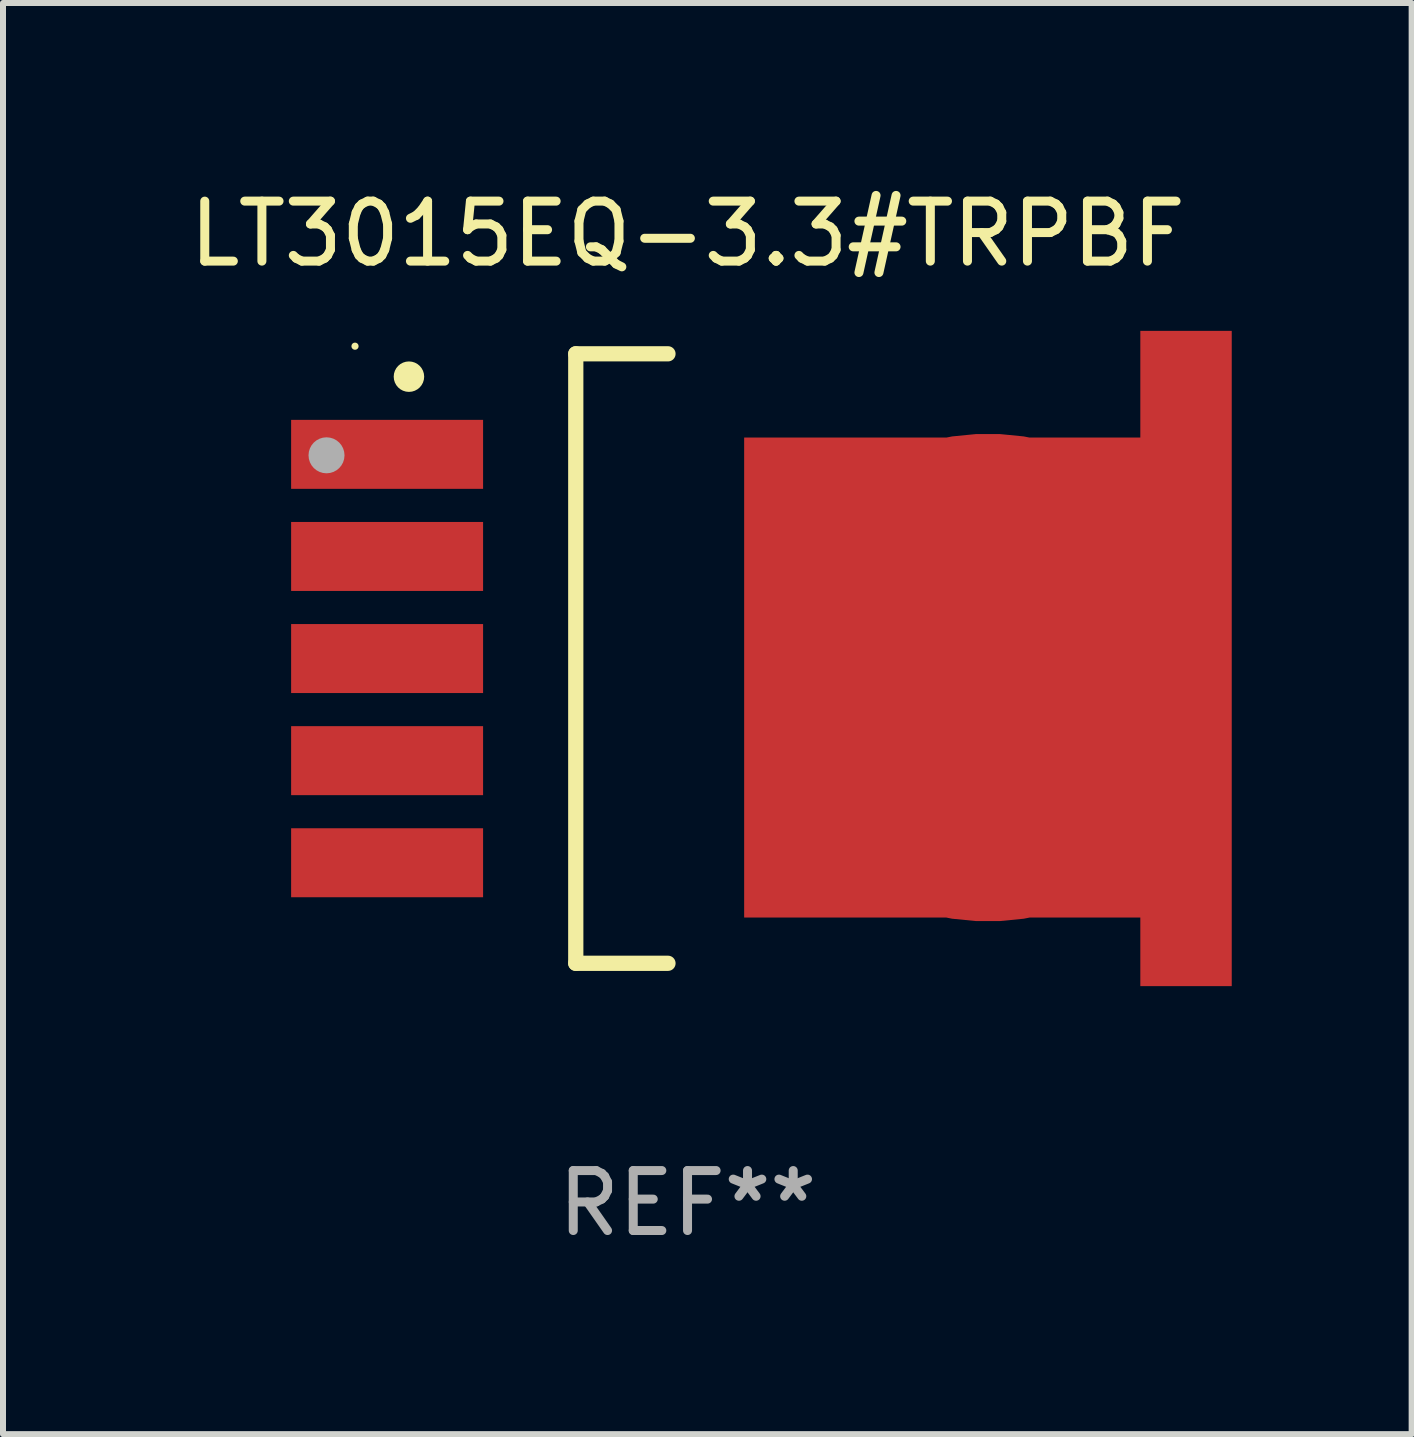
<source format=kicad_pcb>
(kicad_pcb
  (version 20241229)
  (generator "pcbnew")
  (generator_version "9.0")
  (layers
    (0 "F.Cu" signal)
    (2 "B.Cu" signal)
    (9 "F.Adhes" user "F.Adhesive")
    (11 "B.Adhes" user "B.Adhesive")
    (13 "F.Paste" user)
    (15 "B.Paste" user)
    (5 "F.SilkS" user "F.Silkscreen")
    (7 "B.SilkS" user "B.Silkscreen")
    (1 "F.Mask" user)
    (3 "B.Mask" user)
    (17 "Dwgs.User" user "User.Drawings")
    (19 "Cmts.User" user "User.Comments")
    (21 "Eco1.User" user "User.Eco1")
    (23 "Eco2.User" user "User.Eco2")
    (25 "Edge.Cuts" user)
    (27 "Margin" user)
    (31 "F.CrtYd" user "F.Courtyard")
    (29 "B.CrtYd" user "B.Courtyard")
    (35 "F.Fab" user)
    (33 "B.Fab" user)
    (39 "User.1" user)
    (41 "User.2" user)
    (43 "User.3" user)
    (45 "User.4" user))
  (footprint "LT3015EQ-3.3#TRPBF"
    (layer "F.Cu")
    (at 8.411 7.928)
    (property "Reference" "LT3015EQ-3.3#TRPBF" (at 0 -7.08 0) (layer "F.SilkS") (effects (font (size 1 1) (thickness 0.15))))
    (attr through_hole)
    (fp_line (start -1.863 -5.08) (end -0.326 -5.08) (stroke (width 0.254) (type solid)) (layer "F.SilkS"))
    (fp_line (start -1.863 5.08) (end -1.863 -5.08) (stroke (width 0.254) (type solid)) (layer "F.SilkS"))
    (fp_line (start -0.326 5.08) (end -1.863 5.08) (stroke (width 0.254) (type solid)) (layer "F.SilkS"))
    (fp_circle (center -5.543 -5.207) (end -5.513 -5.207) (stroke (width 0.06) (type solid)) (fill no) (layer "F.SilkS"))
    (fp_circle (center -4.644 -4.699) (end -4.517 -4.699) (stroke (width 0.254) (type solid)) (fill no) (layer "F.SilkS"))
    (fp_circle (center -6.018 -3.388) (end -5.868 -3.388) (stroke (width 0.3) (type solid)) (fill no) (layer "F.Fab"))
    (fp_text user "REF**" (at 0 9.08 0) (layer "F.Fab") (effects (font (size 1 1) (thickness 0.15))))
    (pad "1" smd rect (at -5.008 -3.404) (size 3.2 1.15) (layers "F.Cu" "F.Mask" "F.Paste"))
    (pad "2" smd rect (at -5.008 -1.702) (size 3.2 1.15) (layers "F.Cu" "F.Mask" "F.Paste"))
    (pad "3" smd rect (at -5.008 -0.000025) (size 3.2 1.15) (layers "F.Cu" "F.Mask" "F.Paste"))
    (pad "4" smd rect (at -5.008 1.702) (size 3.2 1.15) (layers "F.Cu" "F.Mask" "F.Paste"))
    (pad "5" smd rect (at -5.008 3.404) (size 3.2 1.15) (layers "F.Cu" "F.Mask" "F.Paste"))
    (pad "6" smd custom (at 5.008 0.317) (size 8.128 10.922) (layers "F.Cu" "F.Mask" "F.Paste") (options (anchor circle)) (primitives (gr_poly (pts (xy -4.064 -4.001) (xy 2.54 -4.001) (xy 2.54 -5.779) (xy 4.064 -5.779) (xy 4.064 5.144) (xy 2.54 5.144) (xy 2.54 4) (xy -4.064 4)) (width 0) (fill yes)))))
  (gr_rect
    (start -3 -3)
    (end 20.482 20.857)
    (stroke (width 0.1) (type default))
    (fill no)
    (layer "Edge.Cuts")))
</source>
